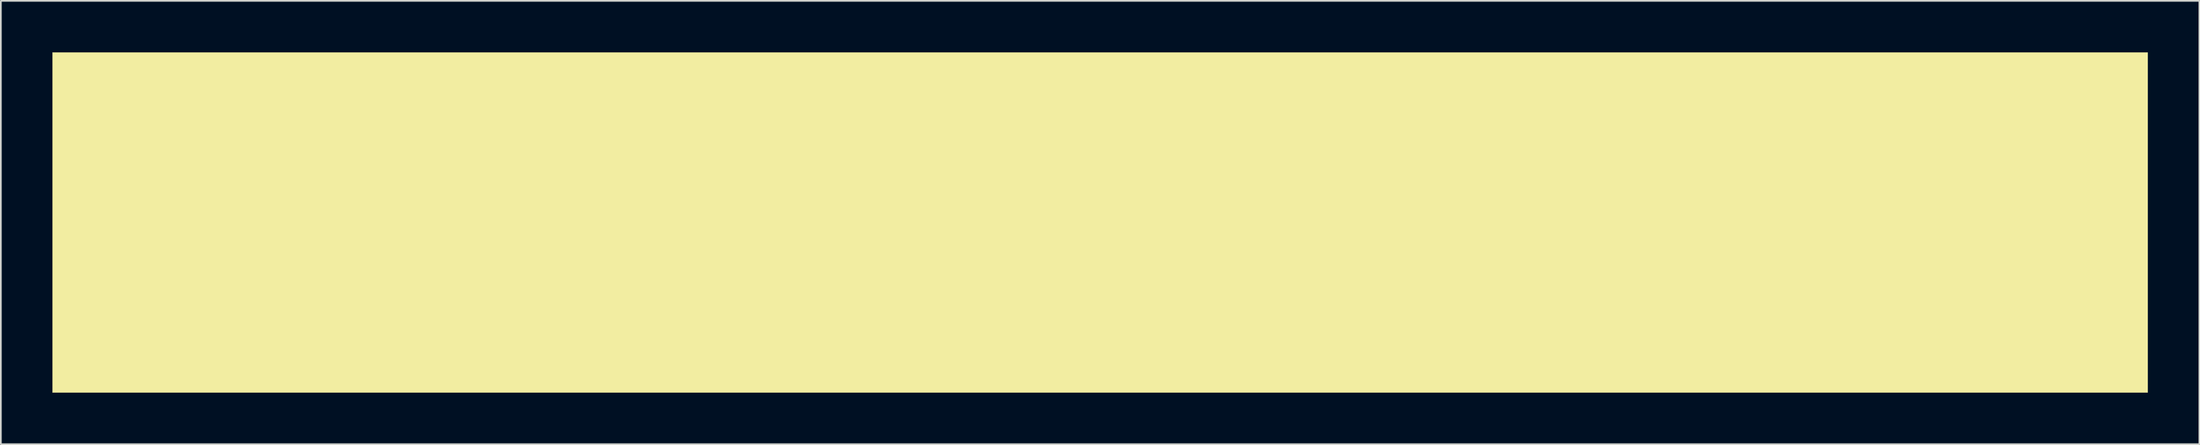
<source format=kicad_pcb>
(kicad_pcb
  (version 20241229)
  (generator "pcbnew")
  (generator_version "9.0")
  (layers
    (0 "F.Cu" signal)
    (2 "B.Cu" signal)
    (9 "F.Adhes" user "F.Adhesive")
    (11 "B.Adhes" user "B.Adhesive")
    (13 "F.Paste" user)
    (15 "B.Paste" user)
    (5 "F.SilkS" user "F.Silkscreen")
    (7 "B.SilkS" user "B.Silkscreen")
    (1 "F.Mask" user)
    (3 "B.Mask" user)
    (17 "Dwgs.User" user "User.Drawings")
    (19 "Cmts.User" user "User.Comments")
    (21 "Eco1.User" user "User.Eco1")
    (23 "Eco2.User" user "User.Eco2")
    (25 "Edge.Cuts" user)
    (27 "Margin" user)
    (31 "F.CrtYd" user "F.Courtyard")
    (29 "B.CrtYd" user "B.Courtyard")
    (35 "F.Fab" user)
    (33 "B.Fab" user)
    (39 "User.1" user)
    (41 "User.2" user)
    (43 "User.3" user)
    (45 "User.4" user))
  (footprint "logo"
    (layer "F.Cu")
    (at 60.965 9.911)
    (property "Reference" "logo" (at 0 0 0) (layer "F.SilkS") (effects (font (size 1.524 1.524) (thickness 0.3))))
    (attr through_hole)
    (fp_poly (pts (xy 60.96 9.906) (xy -60.96 9.906) (xy -60.96 -9.906) (xy 60.96 -9.906) (xy 60.96 9.906)) (stroke (width 0.01) (type solid)) (fill yes) (layer "F.SilkS")))
  (gr_rect
    (start -3 -3)
    (end 124.93 22.822)
    (stroke (width 0.1) (type default))
    (fill no)
    (layer "Edge.Cuts")))
</source>
